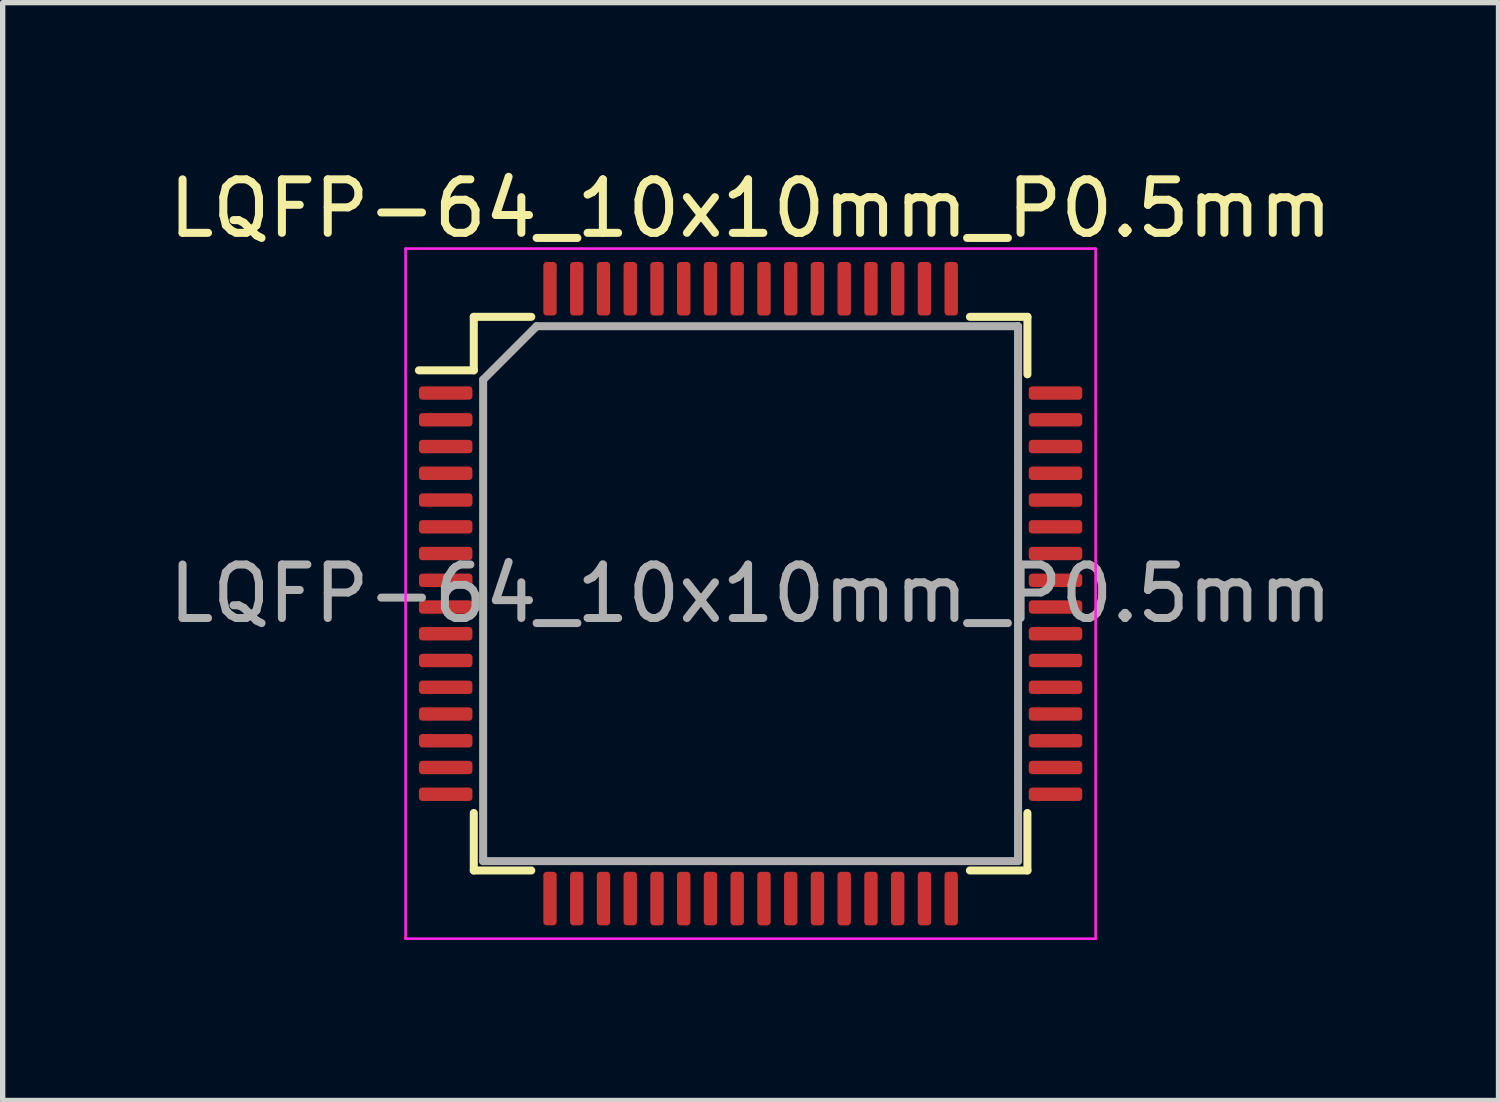
<source format=kicad_pcb>
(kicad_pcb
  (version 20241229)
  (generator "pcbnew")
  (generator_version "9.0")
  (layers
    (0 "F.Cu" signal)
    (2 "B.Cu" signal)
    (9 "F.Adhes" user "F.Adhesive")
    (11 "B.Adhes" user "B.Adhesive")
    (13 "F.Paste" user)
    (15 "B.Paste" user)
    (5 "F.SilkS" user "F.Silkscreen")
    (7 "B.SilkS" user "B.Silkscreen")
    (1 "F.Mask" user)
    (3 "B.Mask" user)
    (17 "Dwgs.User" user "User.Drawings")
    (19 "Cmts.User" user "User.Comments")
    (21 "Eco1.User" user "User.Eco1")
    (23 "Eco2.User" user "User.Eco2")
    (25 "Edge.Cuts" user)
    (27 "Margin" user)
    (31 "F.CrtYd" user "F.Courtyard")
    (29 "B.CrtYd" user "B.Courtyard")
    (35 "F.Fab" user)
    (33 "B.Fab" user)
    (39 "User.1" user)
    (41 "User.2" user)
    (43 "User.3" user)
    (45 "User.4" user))
  (footprint "LQFP-64_10x10mm_P0.5mm"
    (layer "F.Cu")
    (at 10.982 8.048)
    (property "Reference" "LQFP-64_10x10mm_P0.5mm" (at 0 -7.2 0) (layer "F.SilkS") (effects (font (size 1 1) (thickness 0.15))))
    (attr smd)
    (fp_line (start -5.175 -5.175) (end -5.175 -4.175) (stroke (width 0.15) (type solid)) (layer "F.SilkS"))
    (fp_line (start -5.175 -5.175) (end -4.1 -5.175) (stroke (width 0.15) (type solid)) (layer "F.SilkS"))
    (fp_line (start -5.175 -4.175) (end -6.2 -4.175) (stroke (width 0.15) (type solid)) (layer "F.SilkS"))
    (fp_line (start -5.175 5.175) (end -5.175 4.1) (stroke (width 0.15) (type solid)) (layer "F.SilkS"))
    (fp_line (start -5.175 5.175) (end -4.1 5.175) (stroke (width 0.15) (type solid)) (layer "F.SilkS"))
    (fp_line (start 5.175 -5.175) (end 4.1 -5.175) (stroke (width 0.15) (type solid)) (layer "F.SilkS"))
    (fp_line (start 5.175 -5.175) (end 5.175 -4.1) (stroke (width 0.15) (type solid)) (layer "F.SilkS"))
    (fp_line (start 5.175 5.175) (end 4.1 5.175) (stroke (width 0.15) (type solid)) (layer "F.SilkS"))
    (fp_line (start 5.175 5.175) (end 5.175 4.1) (stroke (width 0.15) (type solid)) (layer "F.SilkS"))
    (fp_line (start -6.45 -6.45) (end -6.45 6.45) (stroke (width 0.05) (type solid)) (layer "F.CrtYd"))
    (fp_line (start -6.45 -6.45) (end 6.45 -6.45) (stroke (width 0.05) (type solid)) (layer "F.CrtYd"))
    (fp_line (start -6.45 6.45) (end 6.45 6.45) (stroke (width 0.05) (type solid)) (layer "F.CrtYd"))
    (fp_line (start 6.45 -6.45) (end 6.45 6.45) (stroke (width 0.05) (type solid)) (layer "F.CrtYd"))
    (fp_line (start -5 -4) (end -4 -5) (stroke (width 0.15) (type solid)) (layer "F.Fab"))
    (fp_line (start -5 5) (end -5 -4) (stroke (width 0.15) (type solid)) (layer "F.Fab"))
    (fp_line (start -4 -5) (end 5 -5) (stroke (width 0.15) (type solid)) (layer "F.Fab"))
    (fp_line (start 5 -5) (end 5 5) (stroke (width 0.15) (type solid)) (layer "F.Fab"))
    (fp_line (start 5 5) (end -5 5) (stroke (width 0.15) (type solid)) (layer "F.Fab"))
    (fp_text user "${REFERENCE}" (at 0 0 0) (layer "F.Fab") (effects (font (size 1 1) (thickness 0.15))))
    (pad "1" smd roundrect (at -5.7 -3.75) (size 1 0.25) (layers "F.Cu" "F.Mask" "F.Paste") (roundrect_rratio 0.25))
    (pad "2" smd roundrect (at -5.7 -3.25) (size 1 0.25) (layers "F.Cu" "F.Mask" "F.Paste") (roundrect_rratio 0.25))
    (pad "3" smd roundrect (at -5.7 -2.75) (size 1 0.25) (layers "F.Cu" "F.Mask" "F.Paste") (roundrect_rratio 0.25))
    (pad "4" smd roundrect (at -5.7 -2.25) (size 1 0.25) (layers "F.Cu" "F.Mask" "F.Paste") (roundrect_rratio 0.25))
    (pad "5" smd roundrect (at -5.7 -1.75) (size 1 0.25) (layers "F.Cu" "F.Mask" "F.Paste") (roundrect_rratio 0.25))
    (pad "6" smd roundrect (at -5.7 -1.25) (size 1 0.25) (layers "F.Cu" "F.Mask" "F.Paste") (roundrect_rratio 0.25))
    (pad "7" smd roundrect (at -5.7 -0.75) (size 1 0.25) (layers "F.Cu" "F.Mask" "F.Paste") (roundrect_rratio 0.25))
    (pad "8" smd roundrect (at -5.7 -0.25) (size 1 0.25) (layers "F.Cu" "F.Mask" "F.Paste") (roundrect_rratio 0.25))
    (pad "9" smd roundrect (at -5.7 0.25) (size 1 0.25) (layers "F.Cu" "F.Mask" "F.Paste") (roundrect_rratio 0.25))
    (pad "10" smd roundrect (at -5.7 0.75) (size 1 0.25) (layers "F.Cu" "F.Mask" "F.Paste") (roundrect_rratio 0.25))
    (pad "11" smd roundrect (at -5.7 1.25) (size 1 0.25) (layers "F.Cu" "F.Mask" "F.Paste") (roundrect_rratio 0.25))
    (pad "12" smd roundrect (at -5.7 1.75) (size 1 0.25) (layers "F.Cu" "F.Mask" "F.Paste") (roundrect_rratio 0.25))
    (pad "13" smd roundrect (at -5.7 2.25) (size 1 0.25) (layers "F.Cu" "F.Mask" "F.Paste") (roundrect_rratio 0.25))
    (pad "14" smd roundrect (at -5.7 2.75) (size 1 0.25) (layers "F.Cu" "F.Mask" "F.Paste") (roundrect_rratio 0.25))
    (pad "15" smd roundrect (at -5.7 3.25) (size 1 0.25) (layers "F.Cu" "F.Mask" "F.Paste") (roundrect_rratio 0.25))
    (pad "16" smd roundrect (at -5.7 3.75) (size 1 0.25) (layers "F.Cu" "F.Mask" "F.Paste") (roundrect_rratio 0.25))
    (pad "17" smd roundrect (at -3.75 5.7 90) (size 1 0.25) (layers "F.Cu" "F.Mask" "F.Paste") (roundrect_rratio 0.25))
    (pad "18" smd roundrect (at -3.25 5.7 90) (size 1 0.25) (layers "F.Cu" "F.Mask" "F.Paste") (roundrect_rratio 0.25))
    (pad "19" smd roundrect (at -2.75 5.7 90) (size 1 0.25) (layers "F.Cu" "F.Mask" "F.Paste") (roundrect_rratio 0.25))
    (pad "20" smd roundrect (at -2.25 5.7 90) (size 1 0.25) (layers "F.Cu" "F.Mask" "F.Paste") (roundrect_rratio 0.25))
    (pad "21" smd roundrect (at -1.75 5.7 90) (size 1 0.25) (layers "F.Cu" "F.Mask" "F.Paste") (roundrect_rratio 0.25))
    (pad "22" smd roundrect (at -1.25 5.7 90) (size 1 0.25) (layers "F.Cu" "F.Mask" "F.Paste") (roundrect_rratio 0.25))
    (pad "23" smd roundrect (at -0.75 5.7 90) (size 1 0.25) (layers "F.Cu" "F.Mask" "F.Paste") (roundrect_rratio 0.25))
    (pad "24" smd roundrect (at -0.25 5.7 90) (size 1 0.25) (layers "F.Cu" "F.Mask" "F.Paste") (roundrect_rratio 0.25))
    (pad "25" smd roundrect (at 0.25 5.7 90) (size 1 0.25) (layers "F.Cu" "F.Mask" "F.Paste") (roundrect_rratio 0.25))
    (pad "26" smd roundrect (at 0.75 5.7 90) (size 1 0.25) (layers "F.Cu" "F.Mask" "F.Paste") (roundrect_rratio 0.25))
    (pad "27" smd roundrect (at 1.25 5.7 90) (size 1 0.25) (layers "F.Cu" "F.Mask" "F.Paste") (roundrect_rratio 0.25))
    (pad "28" smd roundrect (at 1.75 5.7 90) (size 1 0.25) (layers "F.Cu" "F.Mask" "F.Paste") (roundrect_rratio 0.25))
    (pad "29" smd roundrect (at 2.25 5.7 90) (size 1 0.25) (layers "F.Cu" "F.Mask" "F.Paste") (roundrect_rratio 0.25))
    (pad "30" smd roundrect (at 2.75 5.7 90) (size 1 0.25) (layers "F.Cu" "F.Mask" "F.Paste") (roundrect_rratio 0.25))
    (pad "31" smd roundrect (at 3.25 5.7 90) (size 1 0.25) (layers "F.Cu" "F.Mask" "F.Paste") (roundrect_rratio 0.25))
    (pad "32" smd roundrect (at 3.75 5.7 90) (size 1 0.25) (layers "F.Cu" "F.Mask" "F.Paste") (roundrect_rratio 0.25))
    (pad "33" smd roundrect (at 5.7 3.75) (size 1 0.25) (layers "F.Cu" "F.Mask" "F.Paste") (roundrect_rratio 0.25))
    (pad "34" smd roundrect (at 5.7 3.25) (size 1 0.25) (layers "F.Cu" "F.Mask" "F.Paste") (roundrect_rratio 0.25))
    (pad "35" smd roundrect (at 5.7 2.75) (size 1 0.25) (layers "F.Cu" "F.Mask" "F.Paste") (roundrect_rratio 0.25))
    (pad "36" smd roundrect (at 5.7 2.25) (size 1 0.25) (layers "F.Cu" "F.Mask" "F.Paste") (roundrect_rratio 0.25))
    (pad "37" smd roundrect (at 5.7 1.75) (size 1 0.25) (layers "F.Cu" "F.Mask" "F.Paste") (roundrect_rratio 0.25))
    (pad "38" smd roundrect (at 5.7 1.25) (size 1 0.25) (layers "F.Cu" "F.Mask" "F.Paste") (roundrect_rratio 0.25))
    (pad "39" smd roundrect (at 5.7 0.75) (size 1 0.25) (layers "F.Cu" "F.Mask" "F.Paste") (roundrect_rratio 0.25))
    (pad "40" smd roundrect (at 5.7 0.25) (size 1 0.25) (layers "F.Cu" "F.Mask" "F.Paste") (roundrect_rratio 0.25))
    (pad "41" smd roundrect (at 5.7 -0.25) (size 1 0.25) (layers "F.Cu" "F.Mask" "F.Paste") (roundrect_rratio 0.25))
    (pad "42" smd roundrect (at 5.7 -0.75) (size 1 0.25) (layers "F.Cu" "F.Mask" "F.Paste") (roundrect_rratio 0.25))
    (pad "43" smd roundrect (at 5.7 -1.25) (size 1 0.25) (layers "F.Cu" "F.Mask" "F.Paste") (roundrect_rratio 0.25))
    (pad "44" smd roundrect (at 5.7 -1.75) (size 1 0.25) (layers "F.Cu" "F.Mask" "F.Paste") (roundrect_rratio 0.25))
    (pad "45" smd roundrect (at 5.7 -2.25) (size 1 0.25) (layers "F.Cu" "F.Mask" "F.Paste") (roundrect_rratio 0.25))
    (pad "46" smd roundrect (at 5.7 -2.75) (size 1 0.25) (layers "F.Cu" "F.Mask" "F.Paste") (roundrect_rratio 0.25))
    (pad "47" smd roundrect (at 5.7 -3.25) (size 1 0.25) (layers "F.Cu" "F.Mask" "F.Paste") (roundrect_rratio 0.25))
    (pad "48" smd roundrect (at 5.7 -3.75) (size 1 0.25) (layers "F.Cu" "F.Mask" "F.Paste") (roundrect_rratio 0.25))
    (pad "49" smd roundrect (at 3.75 -5.7 90) (size 1 0.25) (layers "F.Cu" "F.Mask" "F.Paste") (roundrect_rratio 0.25))
    (pad "50" smd roundrect (at 3.25 -5.7 90) (size 1 0.25) (layers "F.Cu" "F.Mask" "F.Paste") (roundrect_rratio 0.25))
    (pad "51" smd roundrect (at 2.75 -5.7 90) (size 1 0.25) (layers "F.Cu" "F.Mask" "F.Paste") (roundrect_rratio 0.25))
    (pad "52" smd roundrect (at 2.25 -5.7 90) (size 1 0.25) (layers "F.Cu" "F.Mask" "F.Paste") (roundrect_rratio 0.25))
    (pad "53" smd roundrect (at 1.75 -5.7 90) (size 1 0.25) (layers "F.Cu" "F.Mask" "F.Paste") (roundrect_rratio 0.25))
    (pad "54" smd roundrect (at 1.25 -5.7 90) (size 1 0.25) (layers "F.Cu" "F.Mask" "F.Paste") (roundrect_rratio 0.25))
    (pad "55" smd roundrect (at 0.75 -5.7 90) (size 1 0.25) (layers "F.Cu" "F.Mask" "F.Paste") (roundrect_rratio 0.25))
    (pad "56" smd roundrect (at 0.25 -5.7 90) (size 1 0.25) (layers "F.Cu" "F.Mask" "F.Paste") (roundrect_rratio 0.25))
    (pad "57" smd roundrect (at -0.25 -5.7 90) (size 1 0.25) (layers "F.Cu" "F.Mask" "F.Paste") (roundrect_rratio 0.25))
    (pad "58" smd roundrect (at -0.75 -5.7 90) (size 1 0.25) (layers "F.Cu" "F.Mask" "F.Paste") (roundrect_rratio 0.25))
    (pad "59" smd roundrect (at -1.25 -5.7 90) (size 1 0.25) (layers "F.Cu" "F.Mask" "F.Paste") (roundrect_rratio 0.25))
    (pad "60" smd roundrect (at -1.75 -5.7 90) (size 1 0.25) (layers "F.Cu" "F.Mask" "F.Paste") (roundrect_rratio 0.25))
    (pad "61" smd roundrect (at -2.25 -5.7 90) (size 1 0.25) (layers "F.Cu" "F.Mask" "F.Paste") (roundrect_rratio 0.25))
    (pad "62" smd roundrect (at -2.75 -5.7 90) (size 1 0.25) (layers "F.Cu" "F.Mask" "F.Paste") (roundrect_rratio 0.25))
    (pad "63" smd roundrect (at -3.25 -5.7 90) (size 1 0.25) (layers "F.Cu" "F.Mask" "F.Paste") (roundrect_rratio 0.25))
    (pad "64" smd roundrect (at -3.75 -5.7 90) (size 1 0.25) (layers "F.Cu" "F.Mask" "F.Paste") (roundrect_rratio 0.25)))
  (gr_rect
    (start -3 -3)
    (end 24.964 17.523)
    (stroke (width 0.1) (type default))
    (fill no)
    (layer "Edge.Cuts")))
</source>
